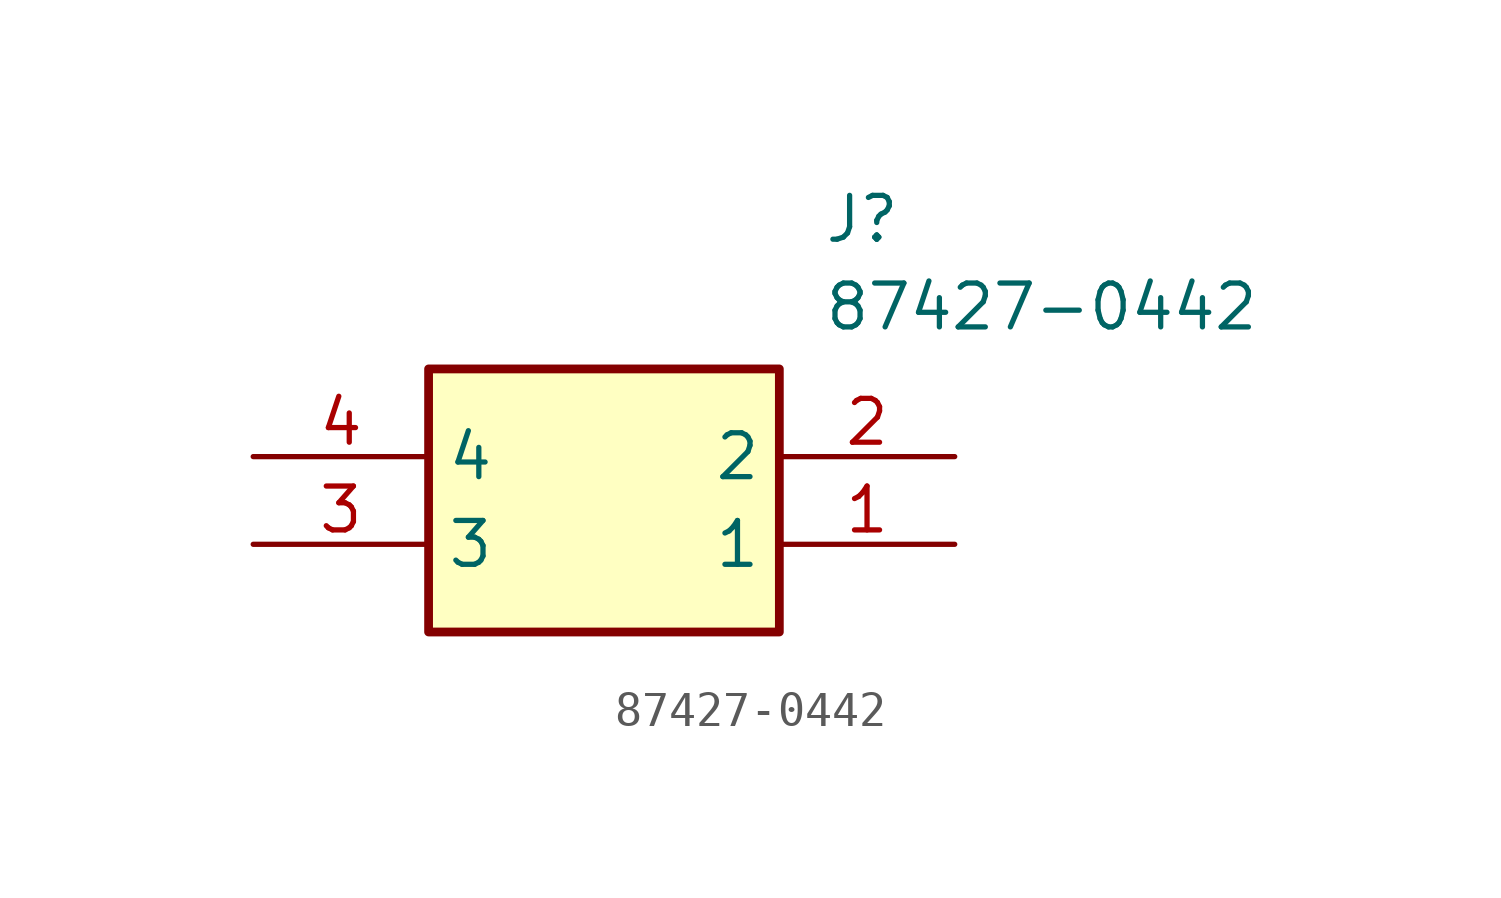
<source format=kicad_sym>
(kicad_symbol_lib
  (version 20211014)
  (generator SamacSys_ECAD_Model)
  (symbol "87427-0442"
    (property "Reference" "J"
      (at 16.51 7.62 0)
      (effects (font (size 1.27 1.27)) (justify left top)))
    (property "Value" "87427-0442"
      (at 16.51 5.08 0)
      (effects (font (size 1.27 1.27)) (justify left top)))
    (rectangle
      (start 5.08 2.54)
      (end 15.24 -5.08)
      (stroke (width 0.254) (type default))
      (fill (type background)))
    (pin passive line
      (at 20.32 -2.54 180)
      (length 5.08)
      (name "1" (effects (font (size 1.27 1.27))))
      (number "1" (effects (font (size 1.27 1.27)))))
    (pin passive line
      (at 20.32 0 180)
      (length 5.08)
      (name "2" (effects (font (size 1.27 1.27))))
      (number "2" (effects (font (size 1.27 1.27)))))
    (pin passive line
      (at 0 -2.54 0)
      (length 5.08)
      (name "3" (effects (font (size 1.27 1.27))))
      (number "3" (effects (font (size 1.27 1.27)))))
    (pin passive line
      (at 0 0 0)
      (length 5.08)
      (name "4" (effects (font (size 1.27 1.27))))
      (number "4" (effects (font (size 1.27 1.27)))))))
</source>
